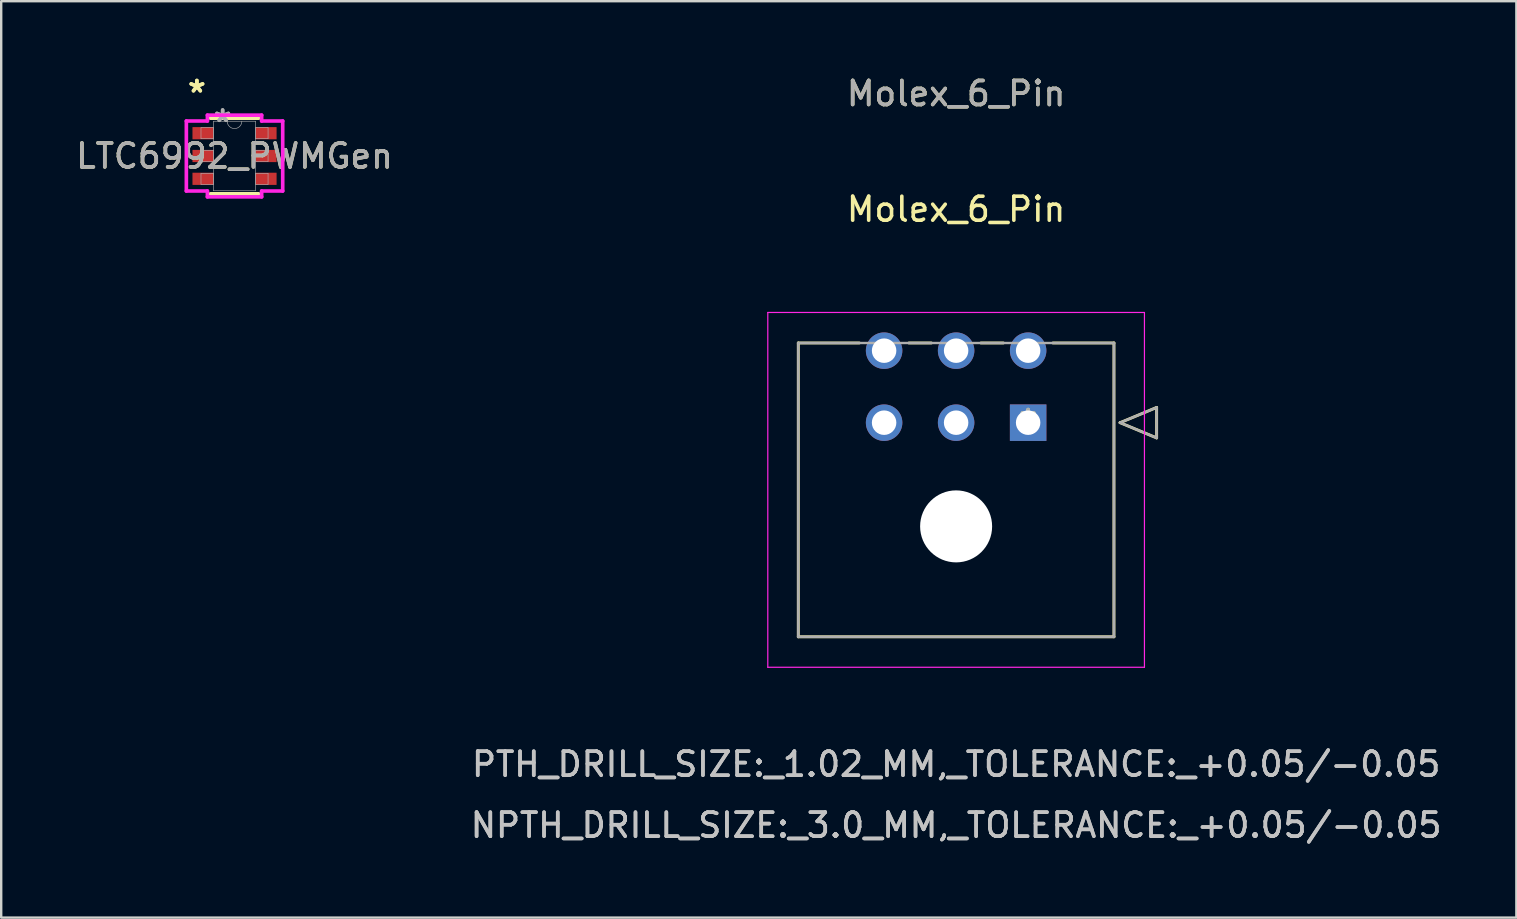
<source format=kicad_pcb>
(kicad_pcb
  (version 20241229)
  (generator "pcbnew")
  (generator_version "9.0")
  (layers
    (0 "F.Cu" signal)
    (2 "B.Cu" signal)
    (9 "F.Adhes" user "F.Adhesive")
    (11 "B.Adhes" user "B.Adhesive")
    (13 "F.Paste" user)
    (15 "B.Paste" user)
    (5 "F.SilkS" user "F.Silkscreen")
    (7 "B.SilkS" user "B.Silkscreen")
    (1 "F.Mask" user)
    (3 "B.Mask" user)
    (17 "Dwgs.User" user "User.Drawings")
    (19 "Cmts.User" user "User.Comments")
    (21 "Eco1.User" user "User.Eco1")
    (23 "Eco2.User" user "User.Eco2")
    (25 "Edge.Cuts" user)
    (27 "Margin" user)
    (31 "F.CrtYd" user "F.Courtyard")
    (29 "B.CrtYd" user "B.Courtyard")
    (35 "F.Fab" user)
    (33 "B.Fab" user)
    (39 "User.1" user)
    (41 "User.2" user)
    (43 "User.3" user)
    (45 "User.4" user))
  (footprint "Molex_6_Pin"
    (layer "F.Cu")
    (at 39.78 14.558)
    (property "Reference" "Molex_6_Pin" (at -3 -8.89 0) (layer "F.SilkS") (effects (font (size 1 1) (thickness 0.15))))
    (attr through_hole)
    (fp_line (start -9.575 -3.32) (end -9.575 8.92) (stroke (width 0.12) (type solid)) (layer "F.SilkS"))
    (fp_line (start -9.575 8.92) (end 3.575 8.92) (stroke (width 0.12) (type solid)) (layer "F.SilkS"))
    (fp_line (start -7.032 -3.32) (end -9.575 -3.32) (stroke (width 0.12) (type solid)) (layer "F.SilkS"))
    (fp_line (start -4.032 -3.32) (end -4.968 -3.32) (stroke (width 0.12) (type solid)) (layer "F.SilkS"))
    (fp_line (start -1.032 -3.32) (end -1.968 -3.32) (stroke (width 0.12) (type solid)) (layer "F.SilkS"))
    (fp_line (start 3.575 -3.32) (end 1.032 -3.32) (stroke (width 0.12) (type solid)) (layer "F.SilkS"))
    (fp_line (start 3.575 8.92) (end 3.575 -3.32) (stroke (width 0.12) (type solid)) (layer "F.SilkS"))
    (fp_line (start 3.829 0) (end 5.353 -0.635) (stroke (width 0.12) (type solid)) (layer "F.SilkS"))
    (fp_line (start 5.353 -0.635) (end 5.353 0.635) (stroke (width 0.12) (type solid)) (layer "F.SilkS"))
    (fp_line (start 5.353 0.635) (end 3.829 0) (stroke (width 0.12) (type solid)) (layer "F.SilkS"))
    (fp_line (start -10.845 -4.59) (end -10.845 10.19) (stroke (width 0.05) (type solid)) (layer "F.CrtYd"))
    (fp_line (start -10.845 10.19) (end 4.845 10.19) (stroke (width 0.05) (type solid)) (layer "F.CrtYd"))
    (fp_line (start 4.845 -4.59) (end -10.845 -4.59) (stroke (width 0.05) (type solid)) (layer "F.CrtYd"))
    (fp_line (start 4.845 10.19) (end 4.845 -4.59) (stroke (width 0.05) (type solid)) (layer "F.CrtYd"))
    (fp_line (start -9.575 -3.32) (end -9.575 8.92) (stroke (width 0.1) (type solid)) (layer "F.Fab"))
    (fp_line (start -9.575 8.92) (end 3.575 8.92) (stroke (width 0.1) (type solid)) (layer "F.Fab"))
    (fp_line (start 3.575 -3.32) (end -9.575 -3.32) (stroke (width 0.1) (type solid)) (layer "F.Fab"))
    (fp_line (start 3.575 8.92) (end 3.575 -3.32) (stroke (width 0.1) (type solid)) (layer "F.Fab"))
    (fp_line (start 3.829 0) (end 5.353 -0.635) (stroke (width 0.1) (type solid)) (layer "F.Fab"))
    (fp_line (start 5.353 -0.635) (end 5.353 0.635) (stroke (width 0.1) (type solid)) (layer "F.Fab"))
    (fp_line (start 5.353 0.635) (end 3.829 0) (stroke (width 0.1) (type solid)) (layer "F.Fab"))
    (fp_text user "Molex_6_Pin" (at -3 -13.71 0) (layer "F.SilkS") (effects (font (size 1 1) (thickness 0.15))))
    (fp_text user "*" (at 0 0 0) (layer "F.SilkS") (effects (font (size 1 1) (thickness 0.15))))
    (fp_text user "PTH_DRILL_SIZE:_1.02_MM,_TOLERANCE:_+0.05/-0.05" (at -3 14.23 0) (layer "Dwgs.User") (effects (font (size 1 1) (thickness 0.15))))
    (fp_text user "NPTH_DRILL_SIZE:_3.0_MM,_TOLERANCE:_+0.05/-0.05" (at -3 16.77 0) (layer "Dwgs.User") (effects (font (size 1 1) (thickness 0.15))))
    (fp_text user "PTH_DRILL_SIZE:_1.02_MM,_TOLERANCE:_+0.05/-0.05" (at -3 14.23 0) (layer "Dwgs.User") (effects (font (size 1 1) (thickness 0.15))))
    (fp_text user "NPTH_DRILL_SIZE:_3.0_MM,_TOLERANCE:_+0.05/-0.05" (at -3 16.77 0) (layer "Dwgs.User") (effects (font (size 1 1) (thickness 0.15))))
    (fp_text user "Copyright 2021 Accelerated Designs. All rights reserved." (at 0 0 0) (layer "Cmts.User") (effects (font (size 0.127 0.127) (thickness 0.002))))
    (fp_text user "*" (at 0 0 0) (layer "F.Fab") (effects (font (size 1 1) (thickness 0.15))))
    (fp_text user "Molex_6_Pin" (at -3 -13.71 0) (layer "F.Fab") (effects (font (size 1 1) (thickness 0.15))))
    (pad "" np_thru_hole circle (at -3 4.32) (size 3 3) (drill 3) (layers "*.Cu" "*.Mask"))
    (pad "1" thru_hole rect (at 0 0) (size 1.52 1.52) (drill 1.02) (layers "*.Cu" "*.Mask"))
    (pad "2" thru_hole circle (at -3 0) (size 1.52 1.52) (drill 1.02) (layers "*.Cu" "*.Mask"))
    (pad "3" thru_hole circle (at -6 0) (size 1.52 1.52) (drill 1.02) (layers "*.Cu" "*.Mask"))
    (pad "4" thru_hole circle (at 0 -3) (size 1.52 1.52) (drill 1.02) (layers "*.Cu" "*.Mask"))
    (pad "5" thru_hole circle (at -3 -3) (size 1.52 1.52) (drill 1.02) (layers "*.Cu" "*.Mask"))
    (pad "6" thru_hole circle (at -6 -3) (size 1.52 1.52) (drill 1.02) (layers "*.Cu" "*.Mask")))
  (footprint "LTC6992_PWMGen"
    (layer "F.Cu")
    (at 6.72 3.449)
    (property "Reference" "LTC6992_PWMGen" (at 0 0 0) (unlocked yes) (layer "F.SilkS") (effects (font (size 1 1) (thickness 0.15))))
    (attr smd)
    (fp_line (start -1.003 1.575) (end 1.003 1.575) (stroke (width 0.152) (type solid)) (layer "F.SilkS"))
    (fp_line (start 1.003 -1.575) (end -1.003 -1.575) (stroke (width 0.152) (type solid)) (layer "F.SilkS"))
    (fp_line (start -2.007 -1.458) (end -1.13 -1.458) (stroke (width 0.152) (type solid)) (layer "F.CrtYd"))
    (fp_line (start -2.007 1.458) (end -2.007 -1.458) (stroke (width 0.152) (type solid)) (layer "F.CrtYd"))
    (fp_line (start -2.007 1.458) (end -1.13 1.458) (stroke (width 0.152) (type solid)) (layer "F.CrtYd"))
    (fp_line (start -1.13 -1.702) (end 1.13 -1.702) (stroke (width 0.152) (type solid)) (layer "F.CrtYd"))
    (fp_line (start -1.13 -1.458) (end -1.13 -1.702) (stroke (width 0.152) (type solid)) (layer "F.CrtYd"))
    (fp_line (start -1.13 1.702) (end -1.13 1.458) (stroke (width 0.152) (type solid)) (layer "F.CrtYd"))
    (fp_line (start 1.13 -1.702) (end 1.13 -1.458) (stroke (width 0.152) (type solid)) (layer "F.CrtYd"))
    (fp_line (start 1.13 1.458) (end 1.13 1.702) (stroke (width 0.152) (type solid)) (layer "F.CrtYd"))
    (fp_line (start 1.13 1.702) (end -1.13 1.702) (stroke (width 0.152) (type solid)) (layer "F.CrtYd"))
    (fp_line (start 2.007 -1.458) (end 1.13 -1.458) (stroke (width 0.152) (type solid)) (layer "F.CrtYd"))
    (fp_line (start 2.007 -1.458) (end 2.007 1.458) (stroke (width 0.152) (type solid)) (layer "F.CrtYd"))
    (fp_line (start 2.007 1.458) (end 1.13 1.458) (stroke (width 0.152) (type solid)) (layer "F.CrtYd"))
    (fp_line (start -1.397 -1.179) (end -1.397 -0.721) (stroke (width 0.025) (type solid)) (layer "F.Fab"))
    (fp_line (start -1.397 -0.721) (end -0.876 -0.721) (stroke (width 0.025) (type solid)) (layer "F.Fab"))
    (fp_line (start -1.397 -0.229) (end -1.397 0.229) (stroke (width 0.025) (type solid)) (layer "F.Fab"))
    (fp_line (start -1.397 0.229) (end -0.876 0.229) (stroke (width 0.025) (type solid)) (layer "F.Fab"))
    (fp_line (start -1.397 0.721) (end -1.397 1.179) (stroke (width 0.025) (type solid)) (layer "F.Fab"))
    (fp_line (start -1.397 1.179) (end -0.876 1.179) (stroke (width 0.025) (type solid)) (layer "F.Fab"))
    (fp_line (start -0.876 -1.448) (end -0.876 1.448) (stroke (width 0.025) (type solid)) (layer "F.Fab"))
    (fp_line (start -0.876 -1.179) (end -1.397 -1.179) (stroke (width 0.025) (type solid)) (layer "F.Fab"))
    (fp_line (start -0.876 -0.721) (end -0.876 -1.179) (stroke (width 0.025) (type solid)) (layer "F.Fab"))
    (fp_line (start -0.876 -0.229) (end -1.397 -0.229) (stroke (width 0.025) (type solid)) (layer "F.Fab"))
    (fp_line (start -0.876 0.229) (end -0.876 -0.229) (stroke (width 0.025) (type solid)) (layer "F.Fab"))
    (fp_line (start -0.876 0.721) (end -1.397 0.721) (stroke (width 0.025) (type solid)) (layer "F.Fab"))
    (fp_line (start -0.876 1.179) (end -0.876 0.721) (stroke (width 0.025) (type solid)) (layer "F.Fab"))
    (fp_line (start -0.876 1.448) (end 0.876 1.448) (stroke (width 0.025) (type solid)) (layer "F.Fab"))
    (fp_line (start 0.876 -1.448) (end -0.876 -1.448) (stroke (width 0.025) (type solid)) (layer "F.Fab"))
    (fp_line (start 0.876 -1.179) (end 0.876 -0.721) (stroke (width 0.025) (type solid)) (layer "F.Fab"))
    (fp_line (start 0.876 -0.721) (end 1.397 -0.721) (stroke (width 0.025) (type solid)) (layer "F.Fab"))
    (fp_line (start 0.876 -0.229) (end 0.876 0.229) (stroke (width 0.025) (type solid)) (layer "F.Fab"))
    (fp_line (start 0.876 0.229) (end 1.397 0.229) (stroke (width 0.025) (type solid)) (layer "F.Fab"))
    (fp_line (start 0.876 0.721) (end 0.876 1.179) (stroke (width 0.025) (type solid)) (layer "F.Fab"))
    (fp_line (start 0.876 1.179) (end 1.397 1.179) (stroke (width 0.025) (type solid)) (layer "F.Fab"))
    (fp_line (start 0.876 1.448) (end 0.876 -1.448) (stroke (width 0.025) (type solid)) (layer "F.Fab"))
    (fp_line (start 1.397 -1.179) (end 0.876 -1.179) (stroke (width 0.025) (type solid)) (layer "F.Fab"))
    (fp_line (start 1.397 -0.721) (end 1.397 -1.179) (stroke (width 0.025) (type solid)) (layer "F.Fab"))
    (fp_line (start 1.397 -0.229) (end 0.876 -0.229) (stroke (width 0.025) (type solid)) (layer "F.Fab"))
    (fp_line (start 1.397 0.229) (end 1.397 -0.229) (stroke (width 0.025) (type solid)) (layer "F.Fab"))
    (fp_line (start 1.397 0.721) (end 0.876 0.721) (stroke (width 0.025) (type solid)) (layer "F.Fab"))
    (fp_line (start 1.397 1.179) (end 1.397 0.721) (stroke (width 0.025) (type solid)) (layer "F.Fab"))
    (fp_arc (start 0.3048 -1.4478) (mid 0 -1.143) (end -0.3048 -1.4478) (stroke (width 0.0254) (type solid)) (layer "F.Fab"))
    (fp_text user "*" (at -1.568 -2.601 0) (unlocked yes) (layer "F.SilkS") (effects (font (size 1 1) (thickness 0.15))))
    (fp_text user "*" (at -1.568 -2.601 0) (layer "F.SilkS") (effects (font (size 1 1) (thickness 0.15))))
    (fp_text user "*" (at -0.495 -1.372 0) (unlocked yes) (layer "F.Fab") (effects (font (size 1 1) (thickness 0.15))))
    (fp_text user "*" (at -0.495 -1.372 0) (layer "F.Fab") (effects (font (size 1 1) (thickness 0.15))))
    (fp_text user "${REFERENCE}" (at 0 0 0) (unlocked yes) (layer "F.Fab") (effects (font (size 1 1) (thickness 0.15))))
    (pad "1" smd rect (at -1.314 -0.95) (size 0.876 0.508) (layers "F.Cu" "F.Mask" "F.Paste"))
    (pad "2" smd rect (at -1.314 0) (size 0.876 0.508) (layers "F.Cu" "F.Mask" "F.Paste"))
    (pad "3" smd rect (at -1.314 0.95) (size 0.876 0.508) (layers "F.Cu" "F.Mask" "F.Paste"))
    (pad "4" smd rect (at 1.314 0.95) (size 0.876 0.508) (layers "F.Cu" "F.Mask" "F.Paste"))
    (pad "5" smd rect (at 1.314 0) (size 0.876 0.508) (layers "F.Cu" "F.Mask" "F.Paste"))
    (pad "6" smd rect (at 1.314 -0.95) (size 0.876 0.508) (layers "F.Cu" "F.Mask" "F.Paste")))
  (gr_rect
    (start -3 -3)
    (end 60.119 35.176)
    (stroke (width 0.1) (type default))
    (fill no)
    (layer "Edge.Cuts")))
</source>
